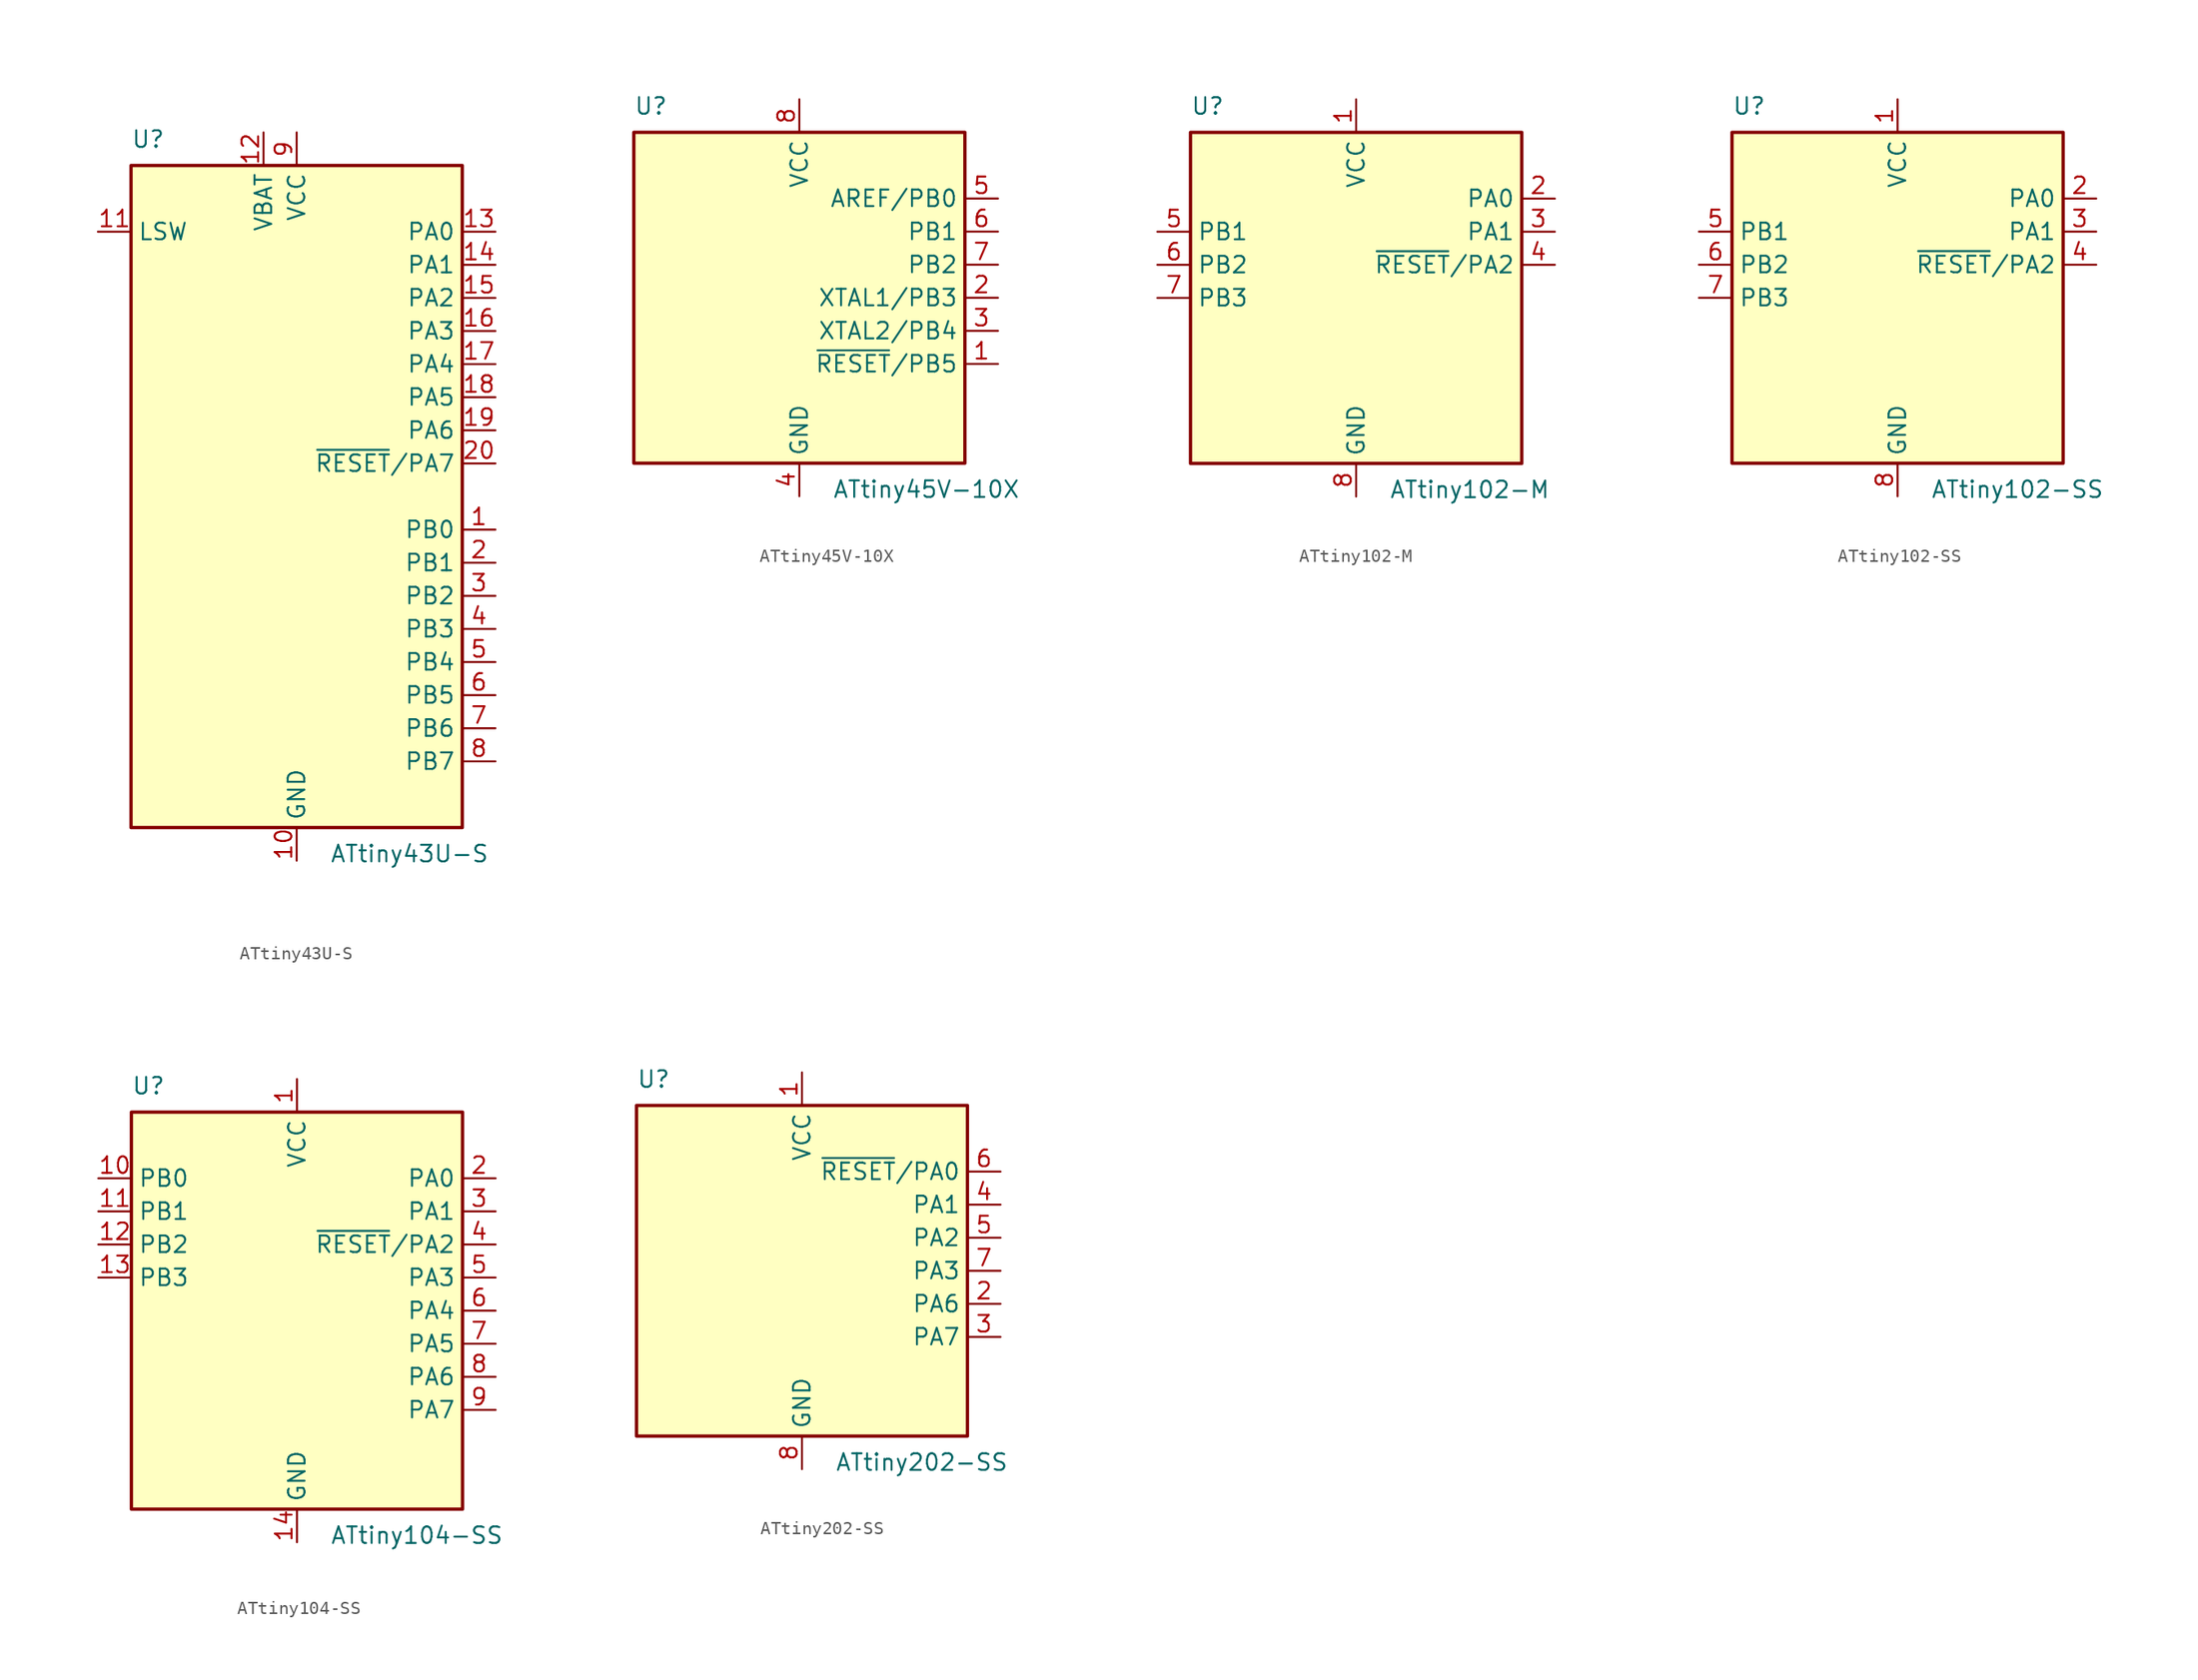
<source format=kicad_sym>
(kicad_symbol_lib
  (version 20201005)
  (generator kicad_symbol_editor)
  (symbol "MCU_Microchip_ATtiny:ATtiny43U-S"
    (property "Reference" "U"
      (at -12.7 26.67 0)
      (effects (font (size 1.27 1.27)) (justify left bottom)))
    (property "Value" "ATtiny43U-S"
      (at 2.54 -26.67 0)
      (effects (font (size 1.27 1.27)) (justify left top)))
    (symbol "ATtiny43U-S_0_1"
      (rectangle (start -12.7 -25.4) (end 12.7 25.4) (stroke (width 0.254)) (fill (type background))))
    (symbol "ATtiny43U-S_1_1"
      (pin bidirectional line (at 15.24 -2.54 180) (length 2.54) (name "PB0" (effects (font (size 1.27 1.27)))) (number "1" (effects (font (size 1.27 1.27)))))
      (pin power_in line (at 0 -27.94 90) (length 2.54) (name "GND" (effects (font (size 1.27 1.27)))) (number "10" (effects (font (size 1.27 1.27)))))
      (pin passive line (at -15.24 20.32 0) (length 2.54) (name "LSW" (effects (font (size 1.27 1.27)))) (number "11" (effects (font (size 1.27 1.27)))))
      (pin power_in line (at -2.54 27.94 270) (length 2.54) (name "VBAT" (effects (font (size 1.27 1.27)))) (number "12" (effects (font (size 1.27 1.27)))))
      (pin bidirectional line (at 15.24 20.32 180) (length 2.54) (name "PA0" (effects (font (size 1.27 1.27)))) (number "13" (effects (font (size 1.27 1.27)))))
      (pin bidirectional line (at 15.24 17.78 180) (length 2.54) (name "PA1" (effects (font (size 1.27 1.27)))) (number "14" (effects (font (size 1.27 1.27)))))
      (pin bidirectional line (at 15.24 15.24 180) (length 2.54) (name "PA2" (effects (font (size 1.27 1.27)))) (number "15" (effects (font (size 1.27 1.27)))))
      (pin bidirectional line (at 15.24 12.7 180) (length 2.54) (name "PA3" (effects (font (size 1.27 1.27)))) (number "16" (effects (font (size 1.27 1.27)))))
      (pin bidirectional line (at 15.24 10.16 180) (length 2.54) (name "PA4" (effects (font (size 1.27 1.27)))) (number "17" (effects (font (size 1.27 1.27)))))
      (pin bidirectional line (at 15.24 7.62 180) (length 2.54) (name "PA5" (effects (font (size 1.27 1.27)))) (number "18" (effects (font (size 1.27 1.27)))))
      (pin bidirectional line (at 15.24 5.08 180) (length 2.54) (name "PA6" (effects (font (size 1.27 1.27)))) (number "19" (effects (font (size 1.27 1.27)))))
      (pin bidirectional line (at 15.24 -5.08 180) (length 2.54) (name "PB1" (effects (font (size 1.27 1.27)))) (number "2" (effects (font (size 1.27 1.27)))))
      (pin bidirectional line (at 15.24 2.54 180) (length 2.54) (name "~RESET~/PA7" (effects (font (size 1.27 1.27)))) (number "20" (effects (font (size 1.27 1.27)))))
      (pin bidirectional line (at 15.24 -7.62 180) (length 2.54) (name "PB2" (effects (font (size 1.27 1.27)))) (number "3" (effects (font (size 1.27 1.27)))))
      (pin bidirectional line (at 15.24 -10.16 180) (length 2.54) (name "PB3" (effects (font (size 1.27 1.27)))) (number "4" (effects (font (size 1.27 1.27)))))
      (pin bidirectional line (at 15.24 -12.7 180) (length 2.54) (name "PB4" (effects (font (size 1.27 1.27)))) (number "5" (effects (font (size 1.27 1.27)))))
      (pin bidirectional line (at 15.24 -15.24 180) (length 2.54) (name "PB5" (effects (font (size 1.27 1.27)))) (number "6" (effects (font (size 1.27 1.27)))))
      (pin bidirectional line (at 15.24 -17.78 180) (length 2.54) (name "PB6" (effects (font (size 1.27 1.27)))) (number "7" (effects (font (size 1.27 1.27)))))
      (pin bidirectional line (at 15.24 -20.32 180) (length 2.54) (name "PB7" (effects (font (size 1.27 1.27)))) (number "8" (effects (font (size 1.27 1.27)))))
      (pin power_in line (at 0 27.94 270) (length 2.54) (name "VCC" (effects (font (size 1.27 1.27)))) (number "9" (effects (font (size 1.27 1.27)))))))
  (symbol "MCU_Microchip_ATtiny:ATtiny45V-10X"
    (property "Reference" "U"
      (at -12.7 13.97 0)
      (effects (font (size 1.27 1.27)) (justify left bottom)))
    (property "Value" "ATtiny45V-10X"
      (at 2.54 -13.97 0)
      (effects (font (size 1.27 1.27)) (justify left top)))
    (symbol "ATtiny45V-10X_0_1"
      (rectangle (start -12.7 -12.7) (end 12.7 12.7) (stroke (width 0.254)) (fill (type background))))
    (symbol "ATtiny45V-10X_1_1"
      (pin bidirectional line (at 15.24 -5.08 180) (length 2.54) (name "~RESET~/PB5" (effects (font (size 1.27 1.27)))) (number "1" (effects (font (size 1.27 1.27)))))
      (pin bidirectional line (at 15.24 0 180) (length 2.54) (name "XTAL1/PB3" (effects (font (size 1.27 1.27)))) (number "2" (effects (font (size 1.27 1.27)))))
      (pin bidirectional line (at 15.24 -2.54 180) (length 2.54) (name "XTAL2/PB4" (effects (font (size 1.27 1.27)))) (number "3" (effects (font (size 1.27 1.27)))))
      (pin power_in line (at 0 -15.24 90) (length 2.54) (name "GND" (effects (font (size 1.27 1.27)))) (number "4" (effects (font (size 1.27 1.27)))))
      (pin bidirectional line (at 15.24 7.62 180) (length 2.54) (name "AREF/PB0" (effects (font (size 1.27 1.27)))) (number "5" (effects (font (size 1.27 1.27)))))
      (pin bidirectional line (at 15.24 5.08 180) (length 2.54) (name "PB1" (effects (font (size 1.27 1.27)))) (number "6" (effects (font (size 1.27 1.27)))))
      (pin bidirectional line (at 15.24 2.54 180) (length 2.54) (name "PB2" (effects (font (size 1.27 1.27)))) (number "7" (effects (font (size 1.27 1.27)))))
      (pin power_in line (at 0 15.24 270) (length 2.54) (name "VCC" (effects (font (size 1.27 1.27)))) (number "8" (effects (font (size 1.27 1.27)))))))
  (symbol "MCU_Microchip_ATtiny:ATtiny102-M"
    (property "Reference" "U"
      (at -12.7 13.97 0)
      (effects (font (size 1.27 1.27)) (justify left bottom)))
    (property "Value" "ATtiny102-M"
      (at 2.54 -13.97 0)
      (effects (font (size 1.27 1.27)) (justify left top)))
    (symbol "ATtiny102-M_0_1"
      (rectangle (start -12.7 -12.7) (end 12.7 12.7) (stroke (width 0.254)) (fill (type background))))
    (symbol "ATtiny102-M_1_1"
      (pin power_in line (at 0 15.24 270) (length 2.54) (name "VCC" (effects (font (size 1.27 1.27)))) (number "1" (effects (font (size 1.27 1.27)))))
      (pin bidirectional line (at 15.24 7.62 180) (length 2.54) (name "PA0" (effects (font (size 1.27 1.27)))) (number "2" (effects (font (size 1.27 1.27)))))
      (pin bidirectional line (at 15.24 5.08 180) (length 2.54) (name "PA1" (effects (font (size 1.27 1.27)))) (number "3" (effects (font (size 1.27 1.27)))))
      (pin bidirectional line (at 15.24 2.54 180) (length 2.54) (name "~RESET~/PA2" (effects (font (size 1.27 1.27)))) (number "4" (effects (font (size 1.27 1.27)))))
      (pin bidirectional line (at -15.24 5.08 0) (length 2.54) (name "PB1" (effects (font (size 1.27 1.27)))) (number "5" (effects (font (size 1.27 1.27)))))
      (pin bidirectional line (at -15.24 2.54 0) (length 2.54) (name "PB2" (effects (font (size 1.27 1.27)))) (number "6" (effects (font (size 1.27 1.27)))))
      (pin bidirectional line (at -15.24 0 0) (length 2.54) (name "PB3" (effects (font (size 1.27 1.27)))) (number "7" (effects (font (size 1.27 1.27)))))
      (pin power_in line (at 0 -15.24 90) (length 2.54) (name "GND" (effects (font (size 1.27 1.27)))) (number "8" (effects (font (size 1.27 1.27)))))
      (pin no_connect line (at -12.7 -7.62 0) (length 2.54) hide (name "NC" (effects (font (size 1.27 1.27)))) (number "9" (effects (font (size 1.27 1.27)))))))
  (symbol "MCU_Microchip_ATtiny:ATtiny102-SS"
    (property "Reference" "U"
      (at -12.7 13.97 0)
      (effects (font (size 1.27 1.27)) (justify left bottom)))
    (property "Value" "ATtiny102-SS"
      (at 2.54 -13.97 0)
      (effects (font (size 1.27 1.27)) (justify left top)))
    (symbol "ATtiny102-SS_0_1"
      (rectangle (start -12.7 -12.7) (end 12.7 12.7) (stroke (width 0.254)) (fill (type background))))
    (symbol "ATtiny102-SS_1_1"
      (pin power_in line (at 0 15.24 270) (length 2.54) (name "VCC" (effects (font (size 1.27 1.27)))) (number "1" (effects (font (size 1.27 1.27)))))
      (pin bidirectional line (at 15.24 7.62 180) (length 2.54) (name "PA0" (effects (font (size 1.27 1.27)))) (number "2" (effects (font (size 1.27 1.27)))))
      (pin bidirectional line (at 15.24 5.08 180) (length 2.54) (name "PA1" (effects (font (size 1.27 1.27)))) (number "3" (effects (font (size 1.27 1.27)))))
      (pin bidirectional line (at 15.24 2.54 180) (length 2.54) (name "~RESET~/PA2" (effects (font (size 1.27 1.27)))) (number "4" (effects (font (size 1.27 1.27)))))
      (pin bidirectional line (at -15.24 5.08 0) (length 2.54) (name "PB1" (effects (font (size 1.27 1.27)))) (number "5" (effects (font (size 1.27 1.27)))))
      (pin bidirectional line (at -15.24 2.54 0) (length 2.54) (name "PB2" (effects (font (size 1.27 1.27)))) (number "6" (effects (font (size 1.27 1.27)))))
      (pin bidirectional line (at -15.24 0 0) (length 2.54) (name "PB3" (effects (font (size 1.27 1.27)))) (number "7" (effects (font (size 1.27 1.27)))))
      (pin power_in line (at 0 -15.24 90) (length 2.54) (name "GND" (effects (font (size 1.27 1.27)))) (number "8" (effects (font (size 1.27 1.27)))))))
  (symbol "MCU_Microchip_ATtiny:ATtiny104-SS"
    (property "Reference" "U"
      (at -12.7 16.51 0)
      (effects (font (size 1.27 1.27)) (justify left bottom)))
    (property "Value" "ATtiny104-SS"
      (at 2.54 -16.51 0)
      (effects (font (size 1.27 1.27)) (justify left top)))
    (symbol "ATtiny104-SS_0_1"
      (rectangle (start -12.7 -15.24) (end 12.7 15.24) (stroke (width 0.254)) (fill (type background))))
    (symbol "ATtiny104-SS_1_1"
      (pin power_in line (at 0 17.78 270) (length 2.54) (name "VCC" (effects (font (size 1.27 1.27)))) (number "1" (effects (font (size 1.27 1.27)))))
      (pin bidirectional line (at -15.24 10.16 0) (length 2.54) (name "PB0" (effects (font (size 1.27 1.27)))) (number "10" (effects (font (size 1.27 1.27)))))
      (pin bidirectional line (at -15.24 7.62 0) (length 2.54) (name "PB1" (effects (font (size 1.27 1.27)))) (number "11" (effects (font (size 1.27 1.27)))))
      (pin bidirectional line (at -15.24 5.08 0) (length 2.54) (name "PB2" (effects (font (size 1.27 1.27)))) (number "12" (effects (font (size 1.27 1.27)))))
      (pin bidirectional line (at -15.24 2.54 0) (length 2.54) (name "PB3" (effects (font (size 1.27 1.27)))) (number "13" (effects (font (size 1.27 1.27)))))
      (pin power_in line (at 0 -17.78 90) (length 2.54) (name "GND" (effects (font (size 1.27 1.27)))) (number "14" (effects (font (size 1.27 1.27)))))
      (pin bidirectional line (at 15.24 10.16 180) (length 2.54) (name "PA0" (effects (font (size 1.27 1.27)))) (number "2" (effects (font (size 1.27 1.27)))))
      (pin bidirectional line (at 15.24 7.62 180) (length 2.54) (name "PA1" (effects (font (size 1.27 1.27)))) (number "3" (effects (font (size 1.27 1.27)))))
      (pin bidirectional line (at 15.24 5.08 180) (length 2.54) (name "~RESET~/PA2" (effects (font (size 1.27 1.27)))) (number "4" (effects (font (size 1.27 1.27)))))
      (pin bidirectional line (at 15.24 2.54 180) (length 2.54) (name "PA3" (effects (font (size 1.27 1.27)))) (number "5" (effects (font (size 1.27 1.27)))))
      (pin bidirectional line (at 15.24 0 180) (length 2.54) (name "PA4" (effects (font (size 1.27 1.27)))) (number "6" (effects (font (size 1.27 1.27)))))
      (pin bidirectional line (at 15.24 -2.54 180) (length 2.54) (name "PA5" (effects (font (size 1.27 1.27)))) (number "7" (effects (font (size 1.27 1.27)))))
      (pin bidirectional line (at 15.24 -5.08 180) (length 2.54) (name "PA6" (effects (font (size 1.27 1.27)))) (number "8" (effects (font (size 1.27 1.27)))))
      (pin bidirectional line (at 15.24 -7.62 180) (length 2.54) (name "PA7" (effects (font (size 1.27 1.27)))) (number "9" (effects (font (size 1.27 1.27)))))))
  (symbol "MCU_Microchip_ATtiny:ATtiny202-SS"
    (property "Reference" "U"
      (at -12.7 13.97 0)
      (effects (font (size 1.27 1.27)) (justify left bottom)))
    (property "Value" "ATtiny202-SS"
      (at 2.54 -13.97 0)
      (effects (font (size 1.27 1.27)) (justify left top)))
    (symbol "ATtiny202-SS_0_1"
      (rectangle (start -12.7 -12.7) (end 12.7 12.7) (stroke (width 0.254)) (fill (type background))))
    (symbol "ATtiny202-SS_1_1"
      (pin power_in line (at 0 15.24 270) (length 2.54) (name "VCC" (effects (font (size 1.27 1.27)))) (number "1" (effects (font (size 1.27 1.27)))))
      (pin bidirectional line (at 15.24 -2.54 180) (length 2.54) (name "PA6" (effects (font (size 1.27 1.27)))) (number "2" (effects (font (size 1.27 1.27)))))
      (pin bidirectional line (at 15.24 -5.08 180) (length 2.54) (name "PA7" (effects (font (size 1.27 1.27)))) (number "3" (effects (font (size 1.27 1.27)))))
      (pin bidirectional line (at 15.24 5.08 180) (length 2.54) (name "PA1" (effects (font (size 1.27 1.27)))) (number "4" (effects (font (size 1.27 1.27)))))
      (pin bidirectional line (at 15.24 2.54 180) (length 2.54) (name "PA2" (effects (font (size 1.27 1.27)))) (number "5" (effects (font (size 1.27 1.27)))))
      (pin bidirectional line (at 15.24 7.62 180) (length 2.54) (name "~RESET~/PA0" (effects (font (size 1.27 1.27)))) (number "6" (effects (font (size 1.27 1.27)))))
      (pin bidirectional line (at 15.24 0 180) (length 2.54) (name "PA3" (effects (font (size 1.27 1.27)))) (number "7" (effects (font (size 1.27 1.27)))))
      (pin power_in line (at 0 -15.24 90) (length 2.54) (name "GND" (effects (font (size 1.27 1.27)))) (number "8" (effects (font (size 1.27 1.27))))))))
</source>
